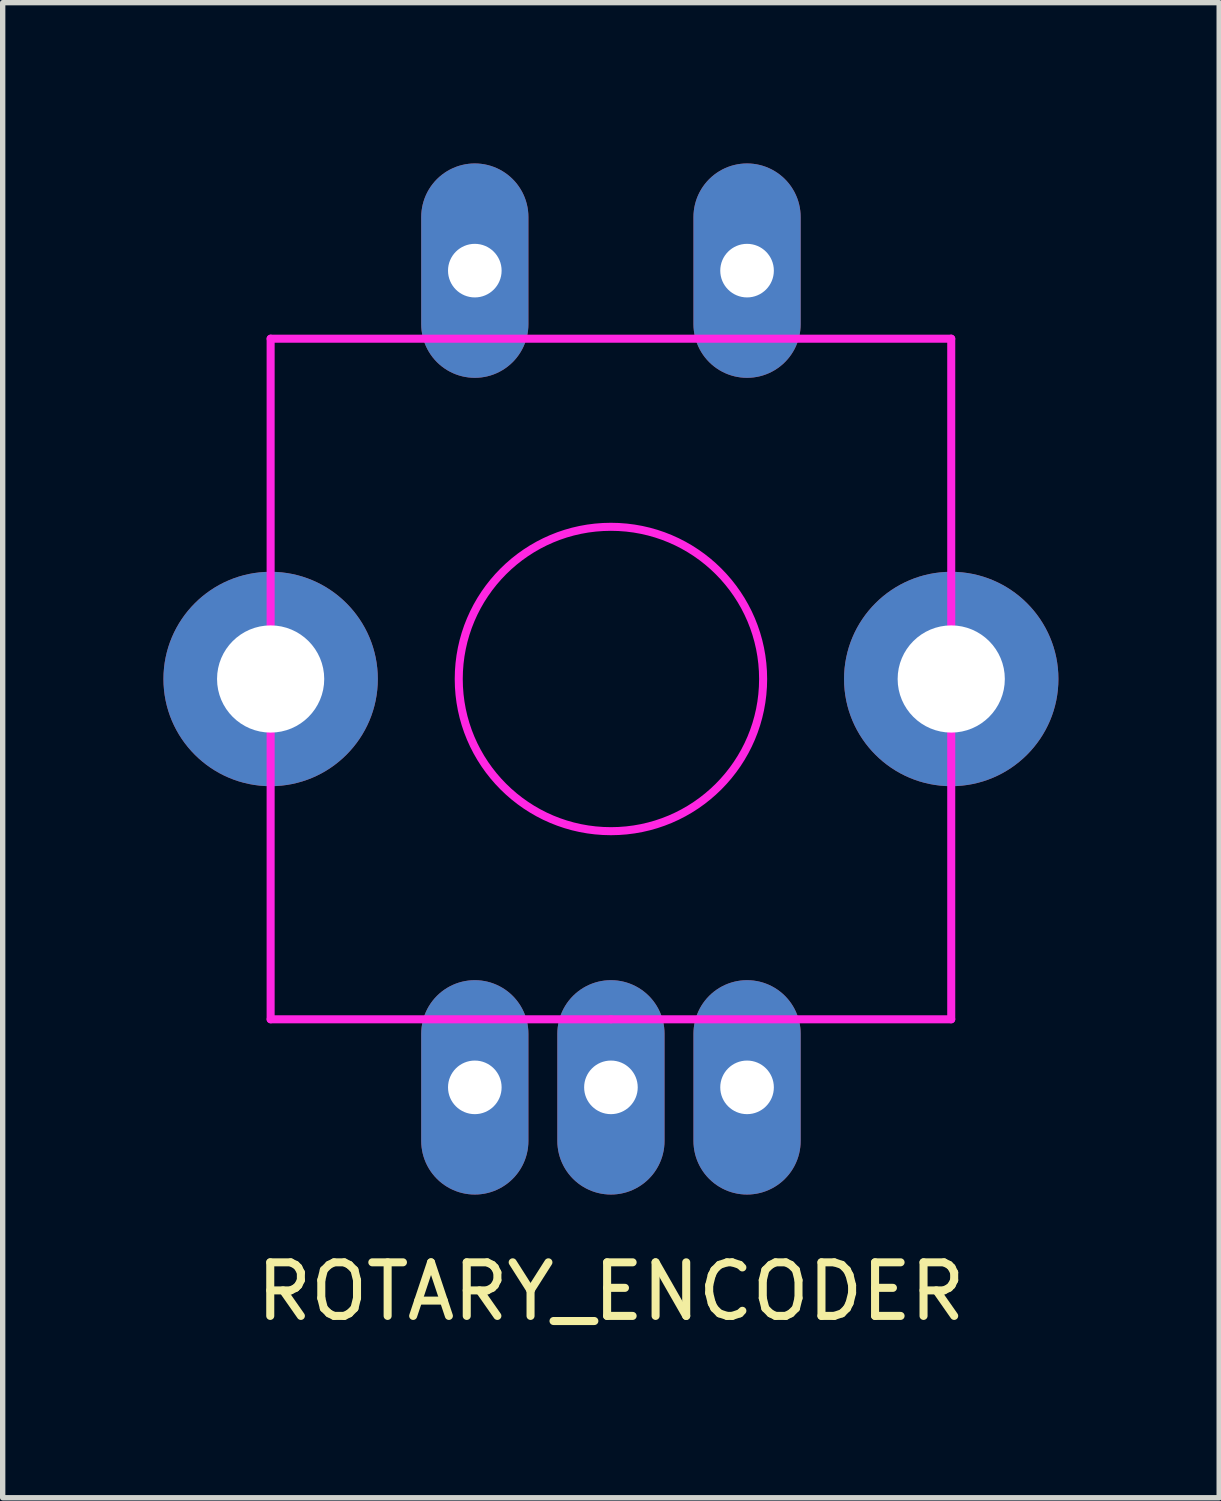
<source format=kicad_pcb>
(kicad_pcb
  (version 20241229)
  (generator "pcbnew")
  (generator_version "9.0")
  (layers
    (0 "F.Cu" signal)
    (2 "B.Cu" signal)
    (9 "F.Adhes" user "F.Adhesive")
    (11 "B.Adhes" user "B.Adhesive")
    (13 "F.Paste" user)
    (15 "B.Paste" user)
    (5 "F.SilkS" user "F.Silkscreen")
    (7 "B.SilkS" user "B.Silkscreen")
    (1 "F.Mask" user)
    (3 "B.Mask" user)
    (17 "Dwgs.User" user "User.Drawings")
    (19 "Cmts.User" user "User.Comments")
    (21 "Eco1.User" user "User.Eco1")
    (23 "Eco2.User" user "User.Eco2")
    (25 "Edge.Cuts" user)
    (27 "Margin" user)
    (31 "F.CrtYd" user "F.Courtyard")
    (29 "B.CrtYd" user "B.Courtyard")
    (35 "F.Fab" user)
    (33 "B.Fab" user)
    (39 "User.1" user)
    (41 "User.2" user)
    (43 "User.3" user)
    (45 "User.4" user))
  (footprint "ROTARY_ENCODER"
    (layer "F.Cu")
    (at 8.35 9.62)
    (property "Reference" "ROTARY_ENCODER" (at 0 11.43 0) (layer "F.SilkS") (effects (font (size 1 1) (thickness 0.15))))
    (attr through_hole)
    (fp_line (start -6.35 6.35) (end -6.35 -6.35) (stroke (width 0.15) (type solid)) (layer "F.CrtYd"))
    (fp_line (start 0 6.35) (end -6.35 6.35) (stroke (width 0.15) (type solid)) (layer "F.CrtYd"))
    (fp_line (start 0 6.35) (end 6.35 6.35) (stroke (width 0.15) (type solid)) (layer "F.CrtYd"))
    (fp_line (start 6.35 -6.35) (end -6.35 -6.35) (stroke (width 0.15) (type solid)) (layer "F.CrtYd"))
    (fp_line (start 6.35 6.35) (end 6.35 -6.35) (stroke (width 0.15) (type solid)) (layer "F.CrtYd"))
    (fp_circle (center 0 0) (end 2.54 1.27) (stroke (width 0.15) (type solid)) (fill no) (layer "F.CrtYd"))
    (pad "" np_thru_hole circle (at -6.35 0) (size 4 4) (drill 2) (layers "*.Cu" "*.Mask"))
    (pad "" np_thru_hole circle (at 6.35 0) (size 4 4) (drill 2) (layers "*.Cu" "*.Mask"))
    (pad "1" thru_hole oval (at -2.54 7.62) (size 2 4) (drill 1) (layers "*.Cu" "*.Mask"))
    (pad "2" thru_hole oval (at 0 7.62) (size 2 4) (drill 1) (layers "*.Cu" "*.Mask"))
    (pad "3" thru_hole oval (at 2.54 7.62) (size 2 4) (drill 1) (layers "*.Cu" "*.Mask"))
    (pad "4" thru_hole oval (at -2.54 -7.62) (size 2 4) (drill 1) (layers "*.Cu" "*.Mask"))
    (pad "5" thru_hole oval (at 2.54 -7.62) (size 2 4) (drill 1) (layers "*.Cu" "*.Mask")))
  (gr_rect
    (start -3 -3)
    (end 19.7 24.898)
    (stroke (width 0.1) (type default))
    (fill no)
    (layer "Edge.Cuts")))
</source>
